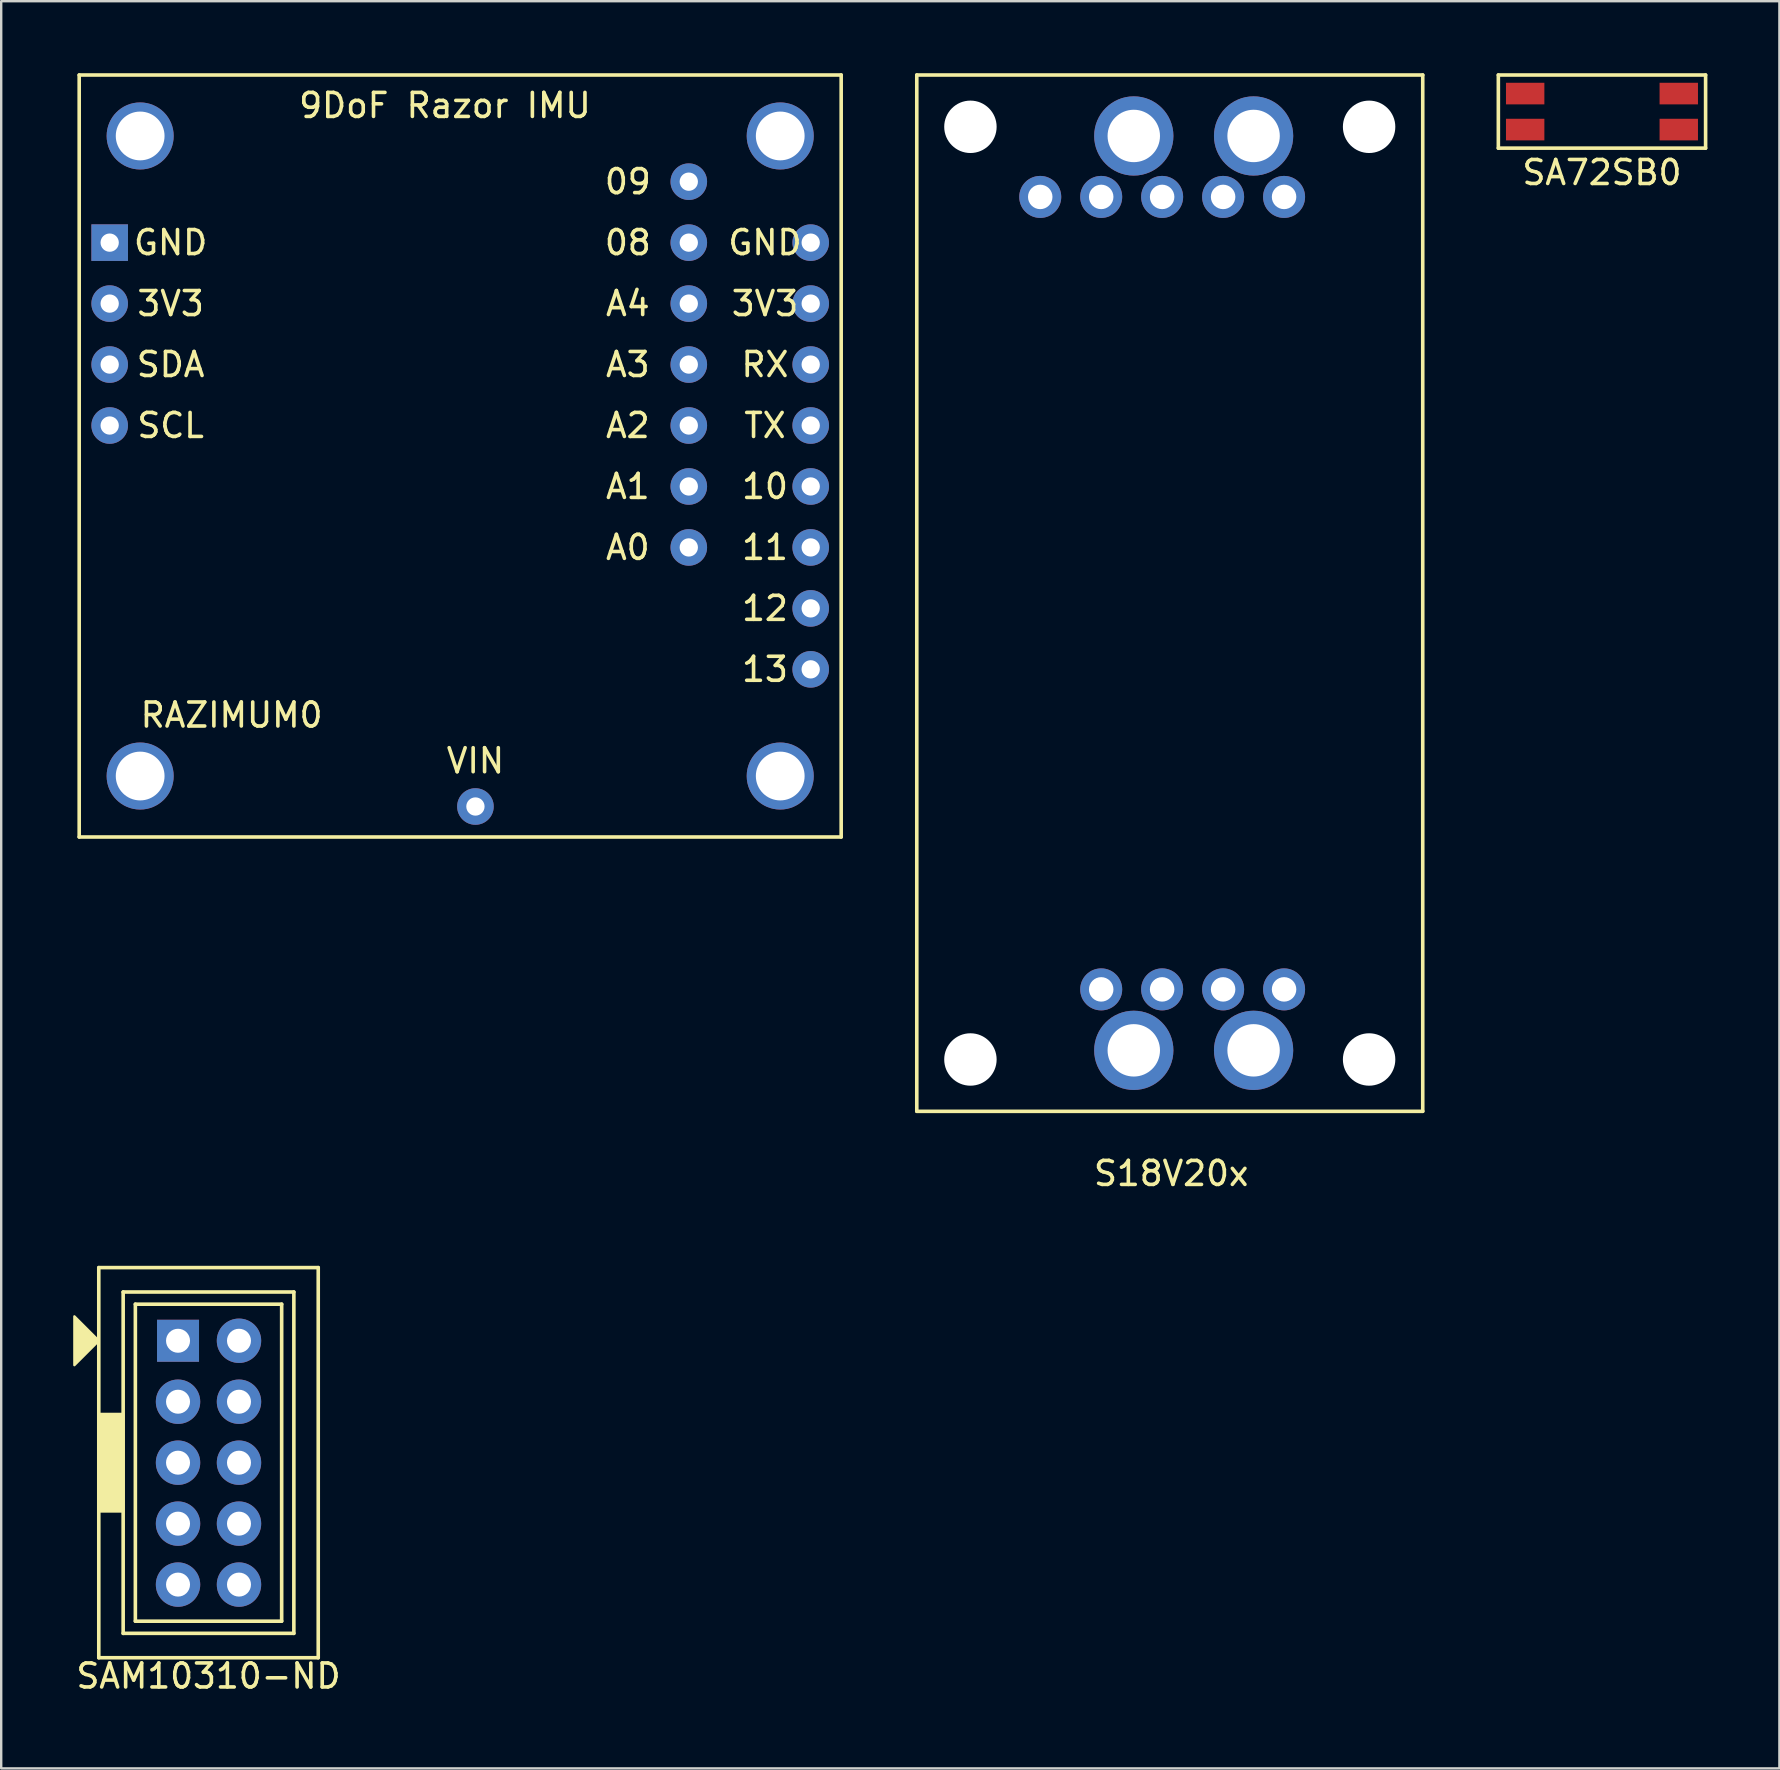
<source format=kicad_pcb>
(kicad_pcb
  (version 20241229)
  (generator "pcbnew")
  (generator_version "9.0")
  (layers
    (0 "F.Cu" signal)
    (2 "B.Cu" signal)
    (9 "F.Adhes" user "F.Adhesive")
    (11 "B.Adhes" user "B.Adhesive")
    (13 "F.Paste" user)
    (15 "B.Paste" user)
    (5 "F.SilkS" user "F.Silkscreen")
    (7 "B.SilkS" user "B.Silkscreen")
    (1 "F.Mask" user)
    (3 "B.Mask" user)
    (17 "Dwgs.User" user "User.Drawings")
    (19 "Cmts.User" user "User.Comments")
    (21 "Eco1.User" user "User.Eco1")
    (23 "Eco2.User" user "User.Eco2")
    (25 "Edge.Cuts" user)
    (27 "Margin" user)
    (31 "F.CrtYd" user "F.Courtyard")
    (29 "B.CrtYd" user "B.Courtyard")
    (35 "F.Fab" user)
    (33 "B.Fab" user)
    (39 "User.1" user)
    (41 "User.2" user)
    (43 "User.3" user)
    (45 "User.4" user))
  (footprint "SA72SB0"
    (layer "F.Cu")
    (at 63.7 1.599)
    (property "Reference" "SA72SB0" (at 0 2.54 0) (layer "F.SilkS") (effects (font (size 1 1) (thickness 0.15))))
    (attr through_hole)
    (fp_line (start -4.318 -1.524) (end 4.318 -1.524) (stroke (width 0.15) (type solid)) (layer "F.SilkS"))
    (fp_line (start -4.318 1.524) (end -4.318 -1.524) (stroke (width 0.15) (type solid)) (layer "F.SilkS"))
    (fp_line (start 4.318 -1.524) (end 4.318 1.524) (stroke (width 0.15) (type solid)) (layer "F.SilkS"))
    (fp_line (start 4.318 1.524) (end -4.318 1.524) (stroke (width 0.15) (type solid)) (layer "F.SilkS"))
    (pad "1" smd rect (at -3.2 -0.75) (size 1.6 0.9) (layers "F.Cu" "F.Mask" "F.Paste"))
    (pad "2" smd rect (at -3.2 0.75) (size 1.6 0.9) (layers "F.Cu" "F.Mask" "F.Paste"))
    (pad "3" smd rect (at 3.2 0.75) (size 1.6 0.9) (layers "F.Cu" "F.Mask" "F.Paste"))
    (pad "4" smd rect (at 3.2 -0.75) (size 1.6 0.9) (layers "F.Cu" "F.Mask" "F.Paste")))
  (footprint "S18V20x"
    (layer "F.Cu")
    (at 45.691 21.665)
    (property "Reference" "S18V20x" (at 0.06 24.18 0) (layer "F.SilkS") (effects (font (size 1 1) (thickness 0.15))))
    (attr through_hole)
    (fp_line (start -10.541 -21.59) (end 10.541 -21.59) (stroke (width 0.15) (type solid)) (layer "F.SilkS"))
    (fp_line (start -10.541 21.59) (end -10.541 -21.59) (stroke (width 0.15) (type solid)) (layer "F.SilkS"))
    (fp_line (start 10.541 -21.59) (end 10.541 21.59) (stroke (width 0.15) (type solid)) (layer "F.SilkS"))
    (fp_line (start 10.541 21.59) (end -10.541 21.59) (stroke (width 0.15) (type solid)) (layer "F.SilkS"))
    (pad "" np_thru_hole circle (at -8.306 -19.431) (size 2.184 2.184) (drill 2.184) (layers "*.Cu" "*.Mask"))
    (pad "" np_thru_hole circle (at -8.306 19.431) (size 2.184 2.184) (drill 2.184) (layers "*.Cu" "*.Mask"))
    (pad "" np_thru_hole circle (at 8.306 -19.431) (size 2.184 2.184) (drill 2.184) (layers "*.Cu" "*.Mask"))
    (pad "" np_thru_hole circle (at 8.306 19.431) (size 2.184 2.184) (drill 2.184) (layers "*.Cu" "*.Mask"))
    (pad "1" thru_hole circle (at 2.223 -16.51) (size 1.75 1.75) (drill 1.02) (layers "*.Cu" "*.Mask"))
    (pad "1" thru_hole circle (at 3.493 -19.05) (size 3.302 3.302) (drill 2.184) (layers "*.Cu" "*.Mask"))
    (pad "1" thru_hole circle (at 4.763 -16.51) (size 1.75 1.75) (drill 1.02) (layers "*.Cu" "*.Mask"))
    (pad "2" thru_hole circle (at -2.857 -16.51) (size 1.75 1.75) (drill 1.02) (layers "*.Cu" "*.Mask"))
    (pad "2" thru_hole circle (at -1.499 -19.05) (size 3.302 3.302) (drill 2.184) (layers "*.Cu" "*.Mask"))
    (pad "2" thru_hole circle (at -0.318 -16.51) (size 1.75 1.75) (drill 1.02) (layers "*.Cu" "*.Mask"))
    (pad "3" thru_hole circle (at -5.397 -16.51) (size 1.75 1.75) (drill 1.02) (layers "*.Cu" "*.Mask"))
    (pad "4" thru_hole circle (at -2.857 16.51) (size 1.75 1.75) (drill 1.02) (layers "*.Cu" "*.Mask"))
    (pad "4" thru_hole circle (at -1.499 19.05) (size 3.302 3.302) (drill 2.184) (layers "*.Cu" "*.Mask"))
    (pad "4" thru_hole circle (at -0.318 16.51) (size 1.75 1.75) (drill 1.02) (layers "*.Cu" "*.Mask"))
    (pad "5" thru_hole circle (at 2.223 16.51) (size 1.75 1.75) (drill 1.02) (layers "*.Cu" "*.Mask"))
    (pad "5" thru_hole circle (at 3.493 19.05) (size 3.302 3.302) (drill 2.184) (layers "*.Cu" "*.Mask"))
    (pad "5" thru_hole circle (at 4.763 16.51) (size 1.75 1.75) (drill 1.02) (layers "*.Cu" "*.Mask")))
  (footprint "SAM10310-ND"
    (layer "F.Cu")
    (at 5.638 57.896)
    (property "Reference" "SAM10310-ND" (at 0 8.89 0) (layer "F.SilkS") (effects (font (size 1 1) (thickness 0.15))))
    (attr through_hole)
    (fp_line (start -4.572 -8.128) (end 4.572 -8.128) (stroke (width 0.15) (type solid)) (layer "F.SilkS"))
    (fp_line (start -4.572 8.128) (end -4.572 -8.128) (stroke (width 0.15) (type solid)) (layer "F.SilkS"))
    (fp_line (start -3.556 -7.112) (end 3.556 -7.112) (stroke (width 0.15) (type solid)) (layer "F.SilkS"))
    (fp_line (start -3.556 7.112) (end -3.556 -7.112) (stroke (width 0.15) (type solid)) (layer "F.SilkS"))
    (fp_line (start -3.048 -6.604) (end 3.048 -6.604) (stroke (width 0.15) (type solid)) (layer "F.SilkS"))
    (fp_line (start -3.048 6.604) (end -3.048 -6.604) (stroke (width 0.15) (type solid)) (layer "F.SilkS"))
    (fp_line (start 3.048 -6.604) (end 3.048 6.604) (stroke (width 0.15) (type solid)) (layer "F.SilkS"))
    (fp_line (start 3.048 6.604) (end -3.048 6.604) (stroke (width 0.15) (type solid)) (layer "F.SilkS"))
    (fp_line (start 3.556 -7.112) (end 3.556 7.112) (stroke (width 0.15) (type solid)) (layer "F.SilkS"))
    (fp_line (start 3.556 7.112) (end -3.556 7.112) (stroke (width 0.15) (type solid)) (layer "F.SilkS"))
    (fp_line (start 4.572 -8.128) (end 4.572 8.128) (stroke (width 0.15) (type solid)) (layer "F.SilkS"))
    (fp_line (start 4.572 8.128) (end -4.572 8.128) (stroke (width 0.15) (type solid)) (layer "F.SilkS"))
    (fp_poly (pts (xy -4.572 -5.08) (xy -5.588 -4.064) (xy -5.588 -6.096)) (stroke (width 0.1) (type solid)) (fill yes) (layer "F.SilkS"))
    (fp_poly (pts (xy -3.556 2.032) (xy -4.572 2.032) (xy -4.572 -2.032) (xy -3.556 -2.032)) (stroke (width 0.1) (type solid)) (fill yes) (layer "F.SilkS"))
    (pad "1" thru_hole rect (at -1.27 -5.08) (size 1.75 1.75) (drill 1) (layers "*.Cu" "*.Mask"))
    (pad "2" thru_hole circle (at 1.27 -5.08) (size 1.85 1.85) (drill 1) (layers "*.Cu" "*.Mask"))
    (pad "3" thru_hole circle (at -1.27 -2.54) (size 1.85 1.85) (drill 1) (layers "*.Cu" "*.Mask"))
    (pad "4" thru_hole circle (at 1.27 -2.54) (size 1.85 1.85) (drill 1) (layers "*.Cu" "*.Mask"))
    (pad "5" thru_hole circle (at -1.27 0) (size 1.85 1.85) (drill 1) (layers "*.Cu" "*.Mask"))
    (pad "6" thru_hole circle (at 1.27 0) (size 1.85 1.85) (drill 1) (layers "*.Cu" "*.Mask"))
    (pad "7" thru_hole circle (at -1.27 2.54) (size 1.85 1.85) (drill 1) (layers "*.Cu" "*.Mask"))
    (pad "8" thru_hole circle (at 1.27 2.54) (size 1.85 1.85) (drill 1) (layers "*.Cu" "*.Mask"))
    (pad "9" thru_hole circle (at -1.27 5.08) (size 1.85 1.85) (drill 1) (layers "*.Cu" "*.Mask"))
    (pad "10" thru_hole circle (at 1.27 5.08) (size 1.85 1.85) (drill 1) (layers "*.Cu" "*.Mask")))
  (footprint "RAZIMUM0"
    (layer "F.Cu")
    (at 0.25 31.825)
    (property "Reference" "RAZIMUM0" (at 6.35 -5.08 0) (layer "F.SilkS") (effects (font (size 1 1) (thickness 0.15))))
    (attr through_hole)
    (fp_line (start 0 -31.75) (end 31.75 -31.75) (stroke (width 0.15) (type solid)) (layer "F.SilkS"))
    (fp_line (start 0 0) (end 0 -31.75) (stroke (width 0.15) (type solid)) (layer "F.SilkS"))
    (fp_line (start 31.75 -31.75) (end 31.75 0) (stroke (width 0.15) (type solid)) (layer "F.SilkS"))
    (fp_line (start 31.75 0) (end 0 0) (stroke (width 0.15) (type solid)) (layer "F.SilkS"))
    (fp_text user "A0" (at 22.86 -12.065 0) (layer "F.SilkS") (effects (font (size 1 1) (thickness 0.15))))
    (fp_text user "RX" (at 28.575 -19.685 0) (layer "F.SilkS") (effects (font (size 1 1) (thickness 0.15))))
    (fp_text user "A3" (at 22.86 -19.685 0) (layer "F.SilkS") (effects (font (size 1 1) (thickness 0.15))))
    (fp_text user "A4" (at 22.86 -22.225 0) (layer "F.SilkS") (effects (font (size 1 1) (thickness 0.15))))
    (fp_text user "08" (at 22.86 -24.765 0) (layer "F.SilkS") (effects (font (size 1 1) (thickness 0.15))))
    (fp_text user "9DoF Razor IMU" (at 15.24 -30.48 0) (layer "F.SilkS") (effects (font (size 1 1) (thickness 0.15))))
    (fp_text user "13" (at 28.575 -6.985 0) (layer "F.SilkS") (effects (font (size 1 1) (thickness 0.15))))
    (fp_text user "VIN" (at 16.51 -3.175 0) (layer "F.SilkS") (effects (font (size 1 1) (thickness 0.15))))
    (fp_text user "09" (at 22.86 -27.305 0) (layer "F.SilkS") (effects (font (size 1 1) (thickness 0.15))))
    (fp_text user "TX" (at 28.575 -17.145 0) (layer "F.SilkS") (effects (font (size 1 1) (thickness 0.15))))
    (fp_text user "A2" (at 22.86 -17.145 0) (layer "F.SilkS") (effects (font (size 1 1) (thickness 0.15))))
    (fp_text user "3V3" (at 3.81 -22.225 0) (layer "F.SilkS") (effects (font (size 1 1) (thickness 0.15))))
    (fp_text user "SDA" (at 3.81 -19.685 0) (layer "F.SilkS") (effects (font (size 1 1) (thickness 0.15))))
    (fp_text user "SCL" (at 3.81 -17.145 0) (layer "F.SilkS") (effects (font (size 1 1) (thickness 0.15))))
    (fp_text user "11" (at 28.575 -12.065 0) (layer "F.SilkS") (effects (font (size 1 1) (thickness 0.15))))
    (fp_text user "12" (at 28.575 -9.525 0) (layer "F.SilkS") (effects (font (size 1 1) (thickness 0.15))))
    (fp_text user "10" (at 28.575 -14.605 0) (layer "F.SilkS") (effects (font (size 1 1) (thickness 0.15))))
    (fp_text user "A1" (at 22.86 -14.605 0) (layer "F.SilkS") (effects (font (size 1 1) (thickness 0.15))))
    (fp_text user "GND" (at 28.575 -24.765 0) (layer "F.SilkS") (effects (font (size 1 1) (thickness 0.15))))
    (fp_text user "3V3" (at 28.575 -22.225 0) (layer "F.SilkS") (effects (font (size 1 1) (thickness 0.15))))
    (fp_text user "GND" (at 3.81 -24.765 0) (layer "F.SilkS") (effects (font (size 1 1) (thickness 0.15))))
    (pad "1" thru_hole rect (at 1.27 -24.765) (size 1.524 1.524) (drill 0.762) (layers "*.Cu" "*.Mask"))
    (pad "2" thru_hole circle (at 1.27 -22.225) (size 1.524 1.524) (drill 0.762) (layers "*.Cu" "*.Mask"))
    (pad "3" thru_hole circle (at 1.27 -19.685) (size 1.524 1.524) (drill 0.762) (layers "*.Cu" "*.Mask"))
    (pad "4" thru_hole circle (at 1.27 -17.145) (size 1.524 1.524) (drill 0.762) (layers "*.Cu" "*.Mask"))
    (pad "5" thru_hole circle (at 30.48 -24.765) (size 1.524 1.524) (drill 0.762) (layers "*.Cu" "*.Mask"))
    (pad "6" thru_hole circle (at 30.48 -22.225) (size 1.524 1.524) (drill 0.762) (layers "*.Cu" "*.Mask"))
    (pad "08" thru_hole circle (at 25.4 -24.765) (size 1.524 1.524) (drill 0.762) (layers "*.Cu" "*.Mask"))
    (pad "09" thru_hole circle (at 25.4 -27.305) (size 1.524 1.524) (drill 0.762) (layers "*.Cu" "*.Mask"))
    (pad "22" thru_hole circle (at 2.54 -29.21) (size 2.794 2.794) (drill 2.032) (layers "*.Cu" "*.Mask"))
    (pad "23" thru_hole circle (at 29.21 -29.21) (size 2.794 2.794) (drill 2.032) (layers "*.Cu" "*.Mask"))
    (pad "24" thru_hole circle (at 29.21 -2.54) (size 2.794 2.794) (drill 2.032) (layers "*.Cu" "*.Mask"))
    (pad "25" thru_hole circle (at 2.54 -2.54) (size 2.794 2.794) (drill 2.032) (layers "*.Cu" "*.Mask"))
    (pad "A0" thru_hole circle (at 25.4 -12.065) (size 1.524 1.524) (drill 0.762) (layers "*.Cu" "*.Mask"))
    (pad "A1" thru_hole circle (at 25.4 -14.605) (size 1.524 1.524) (drill 0.762) (layers "*.Cu" "*.Mask"))
    (pad "A2" thru_hole circle (at 25.4 -17.145) (size 1.524 1.524) (drill 0.762) (layers "*.Cu" "*.Mask"))
    (pad "A3" thru_hole circle (at 25.4 -19.685) (size 1.524 1.524) (drill 0.762) (layers "*.Cu" "*.Mask"))
    (pad "A4" thru_hole circle (at 25.4 -22.225) (size 1.524 1.524) (drill 0.762) (layers "*.Cu" "*.Mask"))
    (pad "D10" thru_hole circle (at 30.48 -14.605) (size 1.524 1.524) (drill 0.762) (layers "*.Cu" "*.Mask"))
    (pad "D11" thru_hole circle (at 30.48 -12.065) (size 1.524 1.524) (drill 0.762) (layers "*.Cu" "*.Mask"))
    (pad "D12" thru_hole circle (at 30.48 -9.525) (size 1.524 1.524) (drill 0.762) (layers "*.Cu" "*.Mask"))
    (pad "D13" thru_hole circle (at 30.48 -6.985) (size 1.524 1.524) (drill 0.762) (layers "*.Cu" "*.Mask"))
    (pad "RXI" thru_hole circle (at 30.48 -19.685) (size 1.524 1.524) (drill 0.762) (layers "*.Cu" "*.Mask"))
    (pad "TXO" thru_hole circle (at 30.48 -17.145) (size 1.524 1.524) (drill 0.762) (layers "*.Cu" "*.Mask"))
    (pad "V" thru_hole circle (at 16.51 -1.27) (size 1.524 1.524) (drill 0.762) (layers "*.Cu" "*.Mask")))
  (gr_rect
    (start -3 -3)
    (end 71.093 70.635)
    (stroke (width 0.1) (type default))
    (fill no)
    (layer "Edge.Cuts")))
</source>
